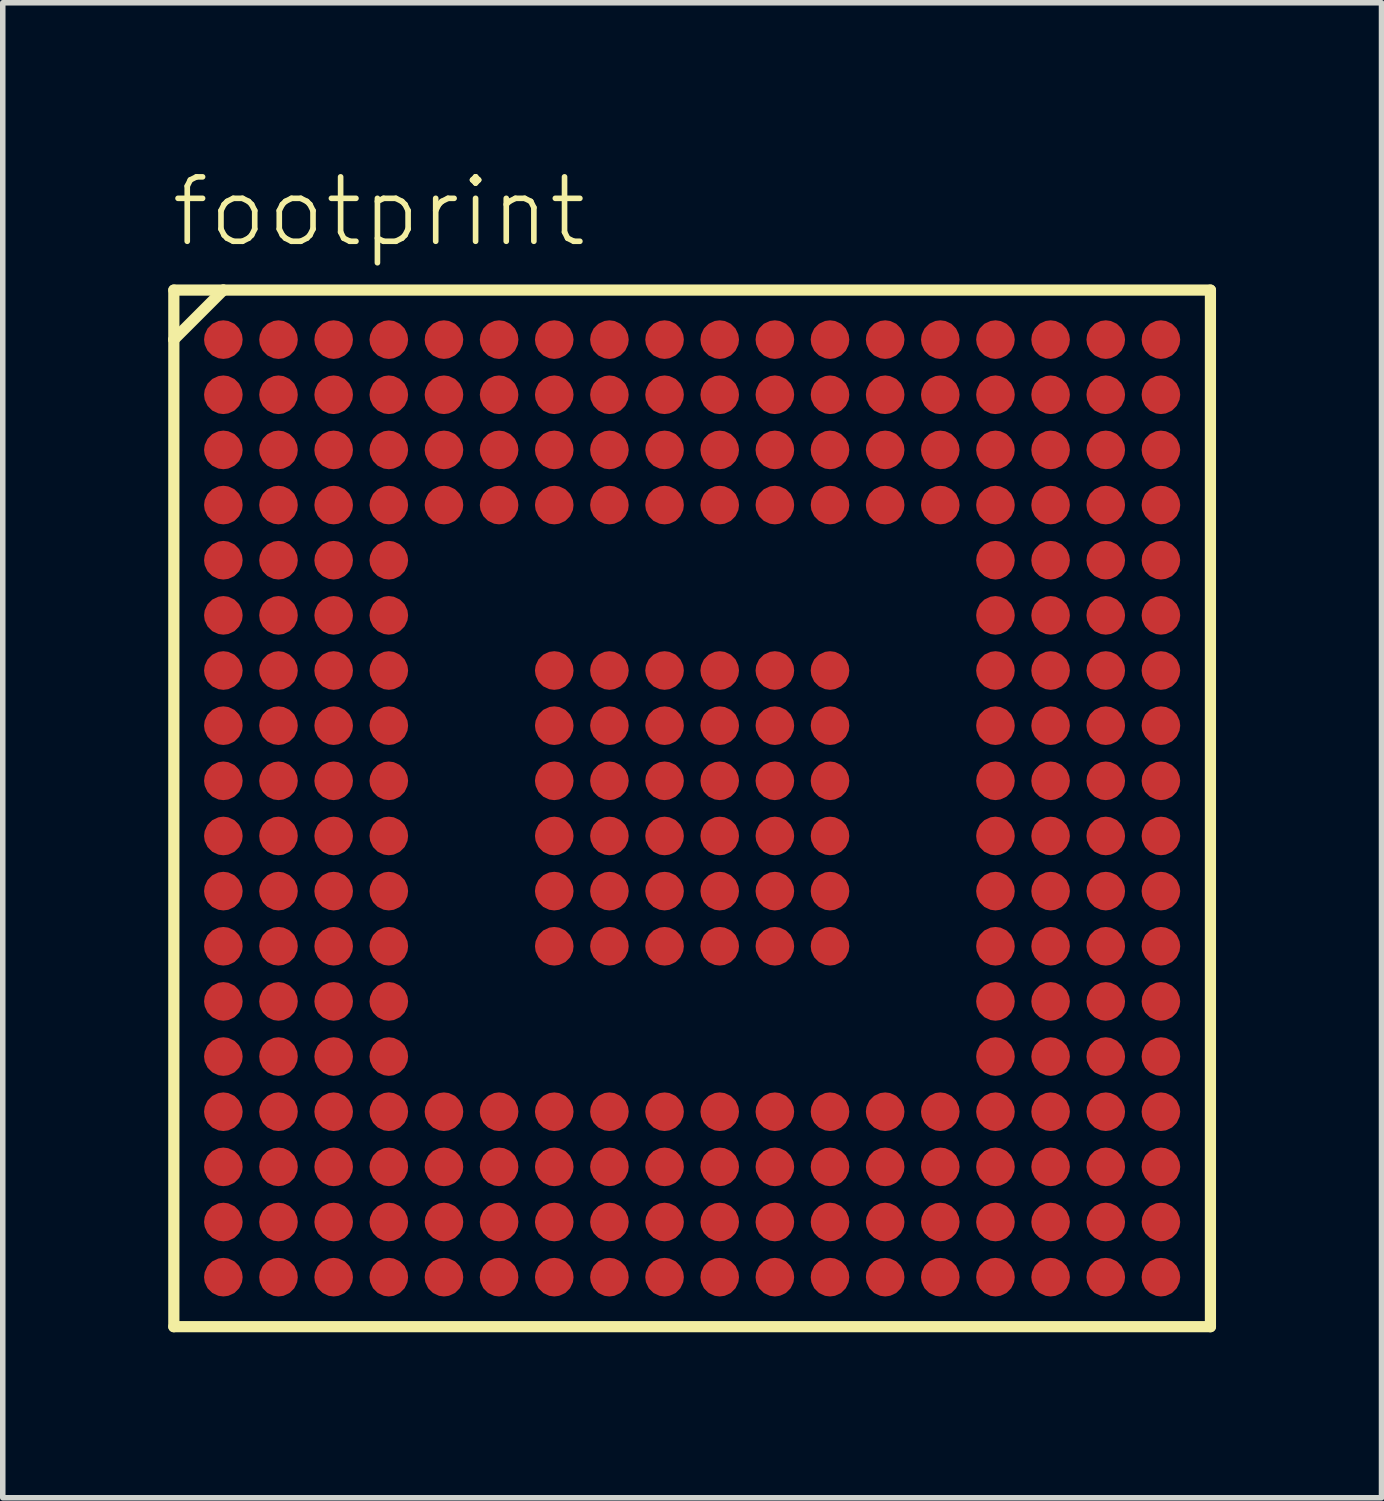
<source format=kicad_pcb>
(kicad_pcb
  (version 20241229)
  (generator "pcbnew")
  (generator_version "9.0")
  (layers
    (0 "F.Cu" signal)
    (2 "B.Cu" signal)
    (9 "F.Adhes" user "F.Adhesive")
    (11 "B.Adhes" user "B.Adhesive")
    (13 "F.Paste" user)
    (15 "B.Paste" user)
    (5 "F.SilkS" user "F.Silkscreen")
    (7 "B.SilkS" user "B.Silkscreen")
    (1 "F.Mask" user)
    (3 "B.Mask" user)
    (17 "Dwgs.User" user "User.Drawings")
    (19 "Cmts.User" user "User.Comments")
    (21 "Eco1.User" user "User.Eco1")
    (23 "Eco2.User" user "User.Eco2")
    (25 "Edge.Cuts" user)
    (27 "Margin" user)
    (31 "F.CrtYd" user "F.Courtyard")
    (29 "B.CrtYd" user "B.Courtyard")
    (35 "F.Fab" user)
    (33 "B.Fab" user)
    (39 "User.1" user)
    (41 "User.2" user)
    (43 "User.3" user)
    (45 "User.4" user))
  (footprint "footprint"
    (layer "F.Cu")
    (at 9.5 11.608)
    (property "Reference" "footprint" (at -9.5 -10.135 0) (layer "F.SilkS") (effects (font (size 1.168 1.168) (thickness 0.102)) (justify left bottom)))
    (fp_circle (center -8.5 -8.5) (end -8.35 -8.5) (stroke (width 0.3) (type solid)) (fill yes) (layer "F.Mask"))
    (fp_circle (center -8.5 -7.5) (end -8.35 -7.5) (stroke (width 0.3) (type solid)) (fill yes) (layer "F.Mask"))
    (fp_circle (center -8.5 -6.5) (end -8.35 -6.5) (stroke (width 0.3) (type solid)) (fill yes) (layer "F.Mask"))
    (fp_circle (center -8.5 -5.5) (end -8.35 -5.5) (stroke (width 0.3) (type solid)) (fill yes) (layer "F.Mask"))
    (fp_circle (center -8.5 -4.5) (end -8.35 -4.5) (stroke (width 0.3) (type solid)) (fill yes) (layer "F.Mask"))
    (fp_circle (center -8.5 -3.5) (end -8.35 -3.5) (stroke (width 0.3) (type solid)) (fill yes) (layer "F.Mask"))
    (fp_circle (center -8.5 -2.5) (end -8.35 -2.5) (stroke (width 0.3) (type solid)) (fill yes) (layer "F.Mask"))
    (fp_circle (center -8.5 -1.5) (end -8.35 -1.5) (stroke (width 0.3) (type solid)) (fill yes) (layer "F.Mask"))
    (fp_circle (center -8.5 -0.5) (end -8.35 -0.5) (stroke (width 0.3) (type solid)) (fill yes) (layer "F.Mask"))
    (fp_circle (center -8.5 0.5) (end -8.35 0.5) (stroke (width 0.3) (type solid)) (fill yes) (layer "F.Mask"))
    (fp_circle (center -8.5 1.5) (end -8.35 1.5) (stroke (width 0.3) (type solid)) (fill yes) (layer "F.Mask"))
    (fp_circle (center -8.5 2.5) (end -8.35 2.5) (stroke (width 0.3) (type solid)) (fill yes) (layer "F.Mask"))
    (fp_circle (center -8.5 3.5) (end -8.35 3.5) (stroke (width 0.3) (type solid)) (fill yes) (layer "F.Mask"))
    (fp_circle (center -8.5 4.5) (end -8.35 4.5) (stroke (width 0.3) (type solid)) (fill yes) (layer "F.Mask"))
    (fp_circle (center -8.5 5.5) (end -8.35 5.5) (stroke (width 0.3) (type solid)) (fill yes) (layer "F.Mask"))
    (fp_circle (center -8.5 6.5) (end -8.35 6.5) (stroke (width 0.3) (type solid)) (fill yes) (layer "F.Mask"))
    (fp_circle (center -8.5 7.5) (end -8.35 7.5) (stroke (width 0.3) (type solid)) (fill yes) (layer "F.Mask"))
    (fp_circle (center -8.5 8.5) (end -8.35 8.5) (stroke (width 0.3) (type solid)) (fill yes) (layer "F.Mask"))
    (fp_circle (center -7.5 -8.5) (end -7.35 -8.5) (stroke (width 0.3) (type solid)) (fill yes) (layer "F.Mask"))
    (fp_circle (center -7.5 -7.5) (end -7.35 -7.5) (stroke (width 0.3) (type solid)) (fill yes) (layer "F.Mask"))
    (fp_circle (center -7.5 -6.5) (end -7.35 -6.5) (stroke (width 0.3) (type solid)) (fill yes) (layer "F.Mask"))
    (fp_circle (center -7.5 -5.5) (end -7.35 -5.5) (stroke (width 0.3) (type solid)) (fill yes) (layer "F.Mask"))
    (fp_circle (center -7.5 -4.5) (end -7.35 -4.5) (stroke (width 0.3) (type solid)) (fill yes) (layer "F.Mask"))
    (fp_circle (center -7.5 -3.5) (end -7.35 -3.5) (stroke (width 0.3) (type solid)) (fill yes) (layer "F.Mask"))
    (fp_circle (center -7.5 -2.5) (end -7.35 -2.5) (stroke (width 0.3) (type solid)) (fill yes) (layer "F.Mask"))
    (fp_circle (center -7.5 -1.5) (end -7.35 -1.5) (stroke (width 0.3) (type solid)) (fill yes) (layer "F.Mask"))
    (fp_circle (center -7.5 -0.5) (end -7.35 -0.5) (stroke (width 0.3) (type solid)) (fill yes) (layer "F.Mask"))
    (fp_circle (center -7.5 0.5) (end -7.35 0.5) (stroke (width 0.3) (type solid)) (fill yes) (layer "F.Mask"))
    (fp_circle (center -7.5 1.5) (end -7.35 1.5) (stroke (width 0.3) (type solid)) (fill yes) (layer "F.Mask"))
    (fp_circle (center -7.5 2.5) (end -7.35 2.5) (stroke (width 0.3) (type solid)) (fill yes) (layer "F.Mask"))
    (fp_circle (center -7.5 3.5) (end -7.35 3.5) (stroke (width 0.3) (type solid)) (fill yes) (layer "F.Mask"))
    (fp_circle (center -7.5 4.5) (end -7.35 4.5) (stroke (width 0.3) (type solid)) (fill yes) (layer "F.Mask"))
    (fp_circle (center -7.5 5.5) (end -7.35 5.5) (stroke (width 0.3) (type solid)) (fill yes) (layer "F.Mask"))
    (fp_circle (center -7.5 6.5) (end -7.35 6.5) (stroke (width 0.3) (type solid)) (fill yes) (layer "F.Mask"))
    (fp_circle (center -7.5 7.5) (end -7.35 7.5) (stroke (width 0.3) (type solid)) (fill yes) (layer "F.Mask"))
    (fp_circle (center -7.5 8.5) (end -7.35 8.5) (stroke (width 0.3) (type solid)) (fill yes) (layer "F.Mask"))
    (fp_circle (center -6.5 -8.5) (end -6.35 -8.5) (stroke (width 0.3) (type solid)) (fill yes) (layer "F.Mask"))
    (fp_circle (center -6.5 -7.5) (end -6.35 -7.5) (stroke (width 0.3) (type solid)) (fill yes) (layer "F.Mask"))
    (fp_circle (center -6.5 -6.5) (end -6.35 -6.5) (stroke (width 0.3) (type solid)) (fill yes) (layer "F.Mask"))
    (fp_circle (center -6.5 -5.5) (end -6.35 -5.5) (stroke (width 0.3) (type solid)) (fill yes) (layer "F.Mask"))
    (fp_circle (center -6.5 -4.5) (end -6.35 -4.5) (stroke (width 0.3) (type solid)) (fill yes) (layer "F.Mask"))
    (fp_circle (center -6.5 -3.5) (end -6.35 -3.5) (stroke (width 0.3) (type solid)) (fill yes) (layer "F.Mask"))
    (fp_circle (center -6.5 -2.5) (end -6.35 -2.5) (stroke (width 0.3) (type solid)) (fill yes) (layer "F.Mask"))
    (fp_circle (center -6.5 -1.5) (end -6.35 -1.5) (stroke (width 0.3) (type solid)) (fill yes) (layer "F.Mask"))
    (fp_circle (center -6.5 -0.5) (end -6.35 -0.5) (stroke (width 0.3) (type solid)) (fill yes) (layer "F.Mask"))
    (fp_circle (center -6.5 0.5) (end -6.35 0.5) (stroke (width 0.3) (type solid)) (fill yes) (layer "F.Mask"))
    (fp_circle (center -6.5 1.5) (end -6.35 1.5) (stroke (width 0.3) (type solid)) (fill yes) (layer "F.Mask"))
    (fp_circle (center -6.5 2.5) (end -6.35 2.5) (stroke (width 0.3) (type solid)) (fill yes) (layer "F.Mask"))
    (fp_circle (center -6.5 3.5) (end -6.35 3.5) (stroke (width 0.3) (type solid)) (fill yes) (layer "F.Mask"))
    (fp_circle (center -6.5 4.5) (end -6.35 4.5) (stroke (width 0.3) (type solid)) (fill yes) (layer "F.Mask"))
    (fp_circle (center -6.5 5.5) (end -6.35 5.5) (stroke (width 0.3) (type solid)) (fill yes) (layer "F.Mask"))
    (fp_circle (center -6.5 6.5) (end -6.35 6.5) (stroke (width 0.3) (type solid)) (fill yes) (layer "F.Mask"))
    (fp_circle (center -6.5 7.5) (end -6.35 7.5) (stroke (width 0.3) (type solid)) (fill yes) (layer "F.Mask"))
    (fp_circle (center -6.5 8.5) (end -6.35 8.5) (stroke (width 0.3) (type solid)) (fill yes) (layer "F.Mask"))
    (fp_circle (center -5.5 -8.5) (end -5.35 -8.5) (stroke (width 0.3) (type solid)) (fill yes) (layer "F.Mask"))
    (fp_circle (center -5.5 -7.5) (end -5.35 -7.5) (stroke (width 0.3) (type solid)) (fill yes) (layer "F.Mask"))
    (fp_circle (center -5.5 -6.5) (end -5.35 -6.5) (stroke (width 0.3) (type solid)) (fill yes) (layer "F.Mask"))
    (fp_circle (center -5.5 -5.5) (end -5.35 -5.5) (stroke (width 0.3) (type solid)) (fill yes) (layer "F.Mask"))
    (fp_circle (center -5.5 -4.5) (end -5.35 -4.5) (stroke (width 0.3) (type solid)) (fill yes) (layer "F.Mask"))
    (fp_circle (center -5.5 -3.5) (end -5.35 -3.5) (stroke (width 0.3) (type solid)) (fill yes) (layer "F.Mask"))
    (fp_circle (center -5.5 -2.5) (end -5.35 -2.5) (stroke (width 0.3) (type solid)) (fill yes) (layer "F.Mask"))
    (fp_circle (center -5.5 -1.5) (end -5.35 -1.5) (stroke (width 0.3) (type solid)) (fill yes) (layer "F.Mask"))
    (fp_circle (center -5.5 -0.5) (end -5.35 -0.5) (stroke (width 0.3) (type solid)) (fill yes) (layer "F.Mask"))
    (fp_circle (center -5.5 0.5) (end -5.35 0.5) (stroke (width 0.3) (type solid)) (fill yes) (layer "F.Mask"))
    (fp_circle (center -5.5 1.5) (end -5.35 1.5) (stroke (width 0.3) (type solid)) (fill yes) (layer "F.Mask"))
    (fp_circle (center -5.5 2.5) (end -5.35 2.5) (stroke (width 0.3) (type solid)) (fill yes) (layer "F.Mask"))
    (fp_circle (center -5.5 3.5) (end -5.35 3.5) (stroke (width 0.3) (type solid)) (fill yes) (layer "F.Mask"))
    (fp_circle (center -5.5 4.5) (end -5.35 4.5) (stroke (width 0.3) (type solid)) (fill yes) (layer "F.Mask"))
    (fp_circle (center -5.5 5.5) (end -5.35 5.5) (stroke (width 0.3) (type solid)) (fill yes) (layer "F.Mask"))
    (fp_circle (center -5.5 6.5) (end -5.35 6.5) (stroke (width 0.3) (type solid)) (fill yes) (layer "F.Mask"))
    (fp_circle (center -5.5 7.5) (end -5.35 7.5) (stroke (width 0.3) (type solid)) (fill yes) (layer "F.Mask"))
    (fp_circle (center -5.5 8.5) (end -5.35 8.5) (stroke (width 0.3) (type solid)) (fill yes) (layer "F.Mask"))
    (fp_circle (center -4.5 -8.5) (end -4.35 -8.5) (stroke (width 0.3) (type solid)) (fill yes) (layer "F.Mask"))
    (fp_circle (center -4.5 -7.5) (end -4.35 -7.5) (stroke (width 0.3) (type solid)) (fill yes) (layer "F.Mask"))
    (fp_circle (center -4.5 -6.5) (end -4.35 -6.5) (stroke (width 0.3) (type solid)) (fill yes) (layer "F.Mask"))
    (fp_circle (center -4.5 -5.5) (end -4.35 -5.5) (stroke (width 0.3) (type solid)) (fill yes) (layer "F.Mask"))
    (fp_circle (center -4.5 5.5) (end -4.35 5.5) (stroke (width 0.3) (type solid)) (fill yes) (layer "F.Mask"))
    (fp_circle (center -4.5 6.5) (end -4.35 6.5) (stroke (width 0.3) (type solid)) (fill yes) (layer "F.Mask"))
    (fp_circle (center -4.5 7.5) (end -4.35 7.5) (stroke (width 0.3) (type solid)) (fill yes) (layer "F.Mask"))
    (fp_circle (center -4.5 8.5) (end -4.35 8.5) (stroke (width 0.3) (type solid)) (fill yes) (layer "F.Mask"))
    (fp_circle (center -3.5 -8.5) (end -3.35 -8.5) (stroke (width 0.3) (type solid)) (fill yes) (layer "F.Mask"))
    (fp_circle (center -3.5 -7.5) (end -3.35 -7.5) (stroke (width 0.3) (type solid)) (fill yes) (layer "F.Mask"))
    (fp_circle (center -3.5 -6.5) (end -3.35 -6.5) (stroke (width 0.3) (type solid)) (fill yes) (layer "F.Mask"))
    (fp_circle (center -3.5 -5.5) (end -3.35 -5.5) (stroke (width 0.3) (type solid)) (fill yes) (layer "F.Mask"))
    (fp_circle (center -3.5 5.5) (end -3.35 5.5) (stroke (width 0.3) (type solid)) (fill yes) (layer "F.Mask"))
    (fp_circle (center -3.5 6.5) (end -3.35 6.5) (stroke (width 0.3) (type solid)) (fill yes) (layer "F.Mask"))
    (fp_circle (center -3.5 7.5) (end -3.35 7.5) (stroke (width 0.3) (type solid)) (fill yes) (layer "F.Mask"))
    (fp_circle (center -3.5 8.5) (end -3.35 8.5) (stroke (width 0.3) (type solid)) (fill yes) (layer "F.Mask"))
    (fp_circle (center -2.5 -8.5) (end -2.35 -8.5) (stroke (width 0.3) (type solid)) (fill yes) (layer "F.Mask"))
    (fp_circle (center -2.5 -7.5) (end -2.35 -7.5) (stroke (width 0.3) (type solid)) (fill yes) (layer "F.Mask"))
    (fp_circle (center -2.5 -6.5) (end -2.35 -6.5) (stroke (width 0.3) (type solid)) (fill yes) (layer "F.Mask"))
    (fp_circle (center -2.5 -5.5) (end -2.35 -5.5) (stroke (width 0.3) (type solid)) (fill yes) (layer "F.Mask"))
    (fp_circle (center -2.5 -2.5) (end -2.35 -2.5) (stroke (width 0.3) (type solid)) (fill yes) (layer "F.Mask"))
    (fp_circle (center -2.5 -1.5) (end -2.35 -1.5) (stroke (width 0.3) (type solid)) (fill yes) (layer "F.Mask"))
    (fp_circle (center -2.5 -0.5) (end -2.35 -0.5) (stroke (width 0.3) (type solid)) (fill yes) (layer "F.Mask"))
    (fp_circle (center -2.5 0.5) (end -2.35 0.5) (stroke (width 0.3) (type solid)) (fill yes) (layer "F.Mask"))
    (fp_circle (center -2.5 1.5) (end -2.35 1.5) (stroke (width 0.3) (type solid)) (fill yes) (layer "F.Mask"))
    (fp_circle (center -2.5 2.5) (end -2.35 2.5) (stroke (width 0.3) (type solid)) (fill yes) (layer "F.Mask"))
    (fp_circle (center -2.5 5.5) (end -2.35 5.5) (stroke (width 0.3) (type solid)) (fill yes) (layer "F.Mask"))
    (fp_circle (center -2.5 6.5) (end -2.35 6.5) (stroke (width 0.3) (type solid)) (fill yes) (layer "F.Mask"))
    (fp_circle (center -2.5 7.5) (end -2.35 7.5) (stroke (width 0.3) (type solid)) (fill yes) (layer "F.Mask"))
    (fp_circle (center -2.5 8.5) (end -2.35 8.5) (stroke (width 0.3) (type solid)) (fill yes) (layer "F.Mask"))
    (fp_circle (center -1.5 -8.5) (end -1.35 -8.5) (stroke (width 0.3) (type solid)) (fill yes) (layer "F.Mask"))
    (fp_circle (center -1.5 -7.5) (end -1.35 -7.5) (stroke (width 0.3) (type solid)) (fill yes) (layer "F.Mask"))
    (fp_circle (center -1.5 -6.5) (end -1.35 -6.5) (stroke (width 0.3) (type solid)) (fill yes) (layer "F.Mask"))
    (fp_circle (center -1.5 -5.5) (end -1.35 -5.5) (stroke (width 0.3) (type solid)) (fill yes) (layer "F.Mask"))
    (fp_circle (center -1.5 -2.5) (end -1.35 -2.5) (stroke (width 0.3) (type solid)) (fill yes) (layer "F.Mask"))
    (fp_circle (center -1.5 -1.5) (end -1.35 -1.5) (stroke (width 0.3) (type solid)) (fill yes) (layer "F.Mask"))
    (fp_circle (center -1.5 -0.5) (end -1.35 -0.5) (stroke (width 0.3) (type solid)) (fill yes) (layer "F.Mask"))
    (fp_circle (center -1.5 0.5) (end -1.35 0.5) (stroke (width 0.3) (type solid)) (fill yes) (layer "F.Mask"))
    (fp_circle (center -1.5 1.5) (end -1.35 1.5) (stroke (width 0.3) (type solid)) (fill yes) (layer "F.Mask"))
    (fp_circle (center -1.5 2.5) (end -1.35 2.5) (stroke (width 0.3) (type solid)) (fill yes) (layer "F.Mask"))
    (fp_circle (center -1.5 5.5) (end -1.35 5.5) (stroke (width 0.3) (type solid)) (fill yes) (layer "F.Mask"))
    (fp_circle (center -1.5 6.5) (end -1.35 6.5) (stroke (width 0.3) (type solid)) (fill yes) (layer "F.Mask"))
    (fp_circle (center -1.5 7.5) (end -1.35 7.5) (stroke (width 0.3) (type solid)) (fill yes) (layer "F.Mask"))
    (fp_circle (center -1.5 8.5) (end -1.35 8.5) (stroke (width 0.3) (type solid)) (fill yes) (layer "F.Mask"))
    (fp_circle (center -0.5 -8.5) (end -0.35 -8.5) (stroke (width 0.3) (type solid)) (fill yes) (layer "F.Mask"))
    (fp_circle (center -0.5 -7.5) (end -0.35 -7.5) (stroke (width 0.3) (type solid)) (fill yes) (layer "F.Mask"))
    (fp_circle (center -0.5 -6.5) (end -0.35 -6.5) (stroke (width 0.3) (type solid)) (fill yes) (layer "F.Mask"))
    (fp_circle (center -0.5 -5.5) (end -0.35 -5.5) (stroke (width 0.3) (type solid)) (fill yes) (layer "F.Mask"))
    (fp_circle (center -0.5 -2.5) (end -0.35 -2.5) (stroke (width 0.3) (type solid)) (fill yes) (layer "F.Mask"))
    (fp_circle (center -0.5 -1.5) (end -0.35 -1.5) (stroke (width 0.3) (type solid)) (fill yes) (layer "F.Mask"))
    (fp_circle (center -0.5 -0.5) (end -0.35 -0.5) (stroke (width 0.3) (type solid)) (fill yes) (layer "F.Mask"))
    (fp_circle (center -0.5 0.5) (end -0.35 0.5) (stroke (width 0.3) (type solid)) (fill yes) (layer "F.Mask"))
    (fp_circle (center -0.5 1.5) (end -0.35 1.5) (stroke (width 0.3) (type solid)) (fill yes) (layer "F.Mask"))
    (fp_circle (center -0.5 2.5) (end -0.35 2.5) (stroke (width 0.3) (type solid)) (fill yes) (layer "F.Mask"))
    (fp_circle (center -0.5 5.5) (end -0.35 5.5) (stroke (width 0.3) (type solid)) (fill yes) (layer "F.Mask"))
    (fp_circle (center -0.5 6.5) (end -0.35 6.5) (stroke (width 0.3) (type solid)) (fill yes) (layer "F.Mask"))
    (fp_circle (center -0.5 7.5) (end -0.35 7.5) (stroke (width 0.3) (type solid)) (fill yes) (layer "F.Mask"))
    (fp_circle (center -0.5 8.5) (end -0.35 8.5) (stroke (width 0.3) (type solid)) (fill yes) (layer "F.Mask"))
    (fp_circle (center 0.5 -8.5) (end 0.65 -8.5) (stroke (width 0.3) (type solid)) (fill yes) (layer "F.Mask"))
    (fp_circle (center 0.5 -7.5) (end 0.65 -7.5) (stroke (width 0.3) (type solid)) (fill yes) (layer "F.Mask"))
    (fp_circle (center 0.5 -6.5) (end 0.65 -6.5) (stroke (width 0.3) (type solid)) (fill yes) (layer "F.Mask"))
    (fp_circle (center 0.5 -5.5) (end 0.65 -5.5) (stroke (width 0.3) (type solid)) (fill yes) (layer "F.Mask"))
    (fp_circle (center 0.5 -2.5) (end 0.65 -2.5) (stroke (width 0.3) (type solid)) (fill yes) (layer "F.Mask"))
    (fp_circle (center 0.5 -1.5) (end 0.65 -1.5) (stroke (width 0.3) (type solid)) (fill yes) (layer "F.Mask"))
    (fp_circle (center 0.5 -0.5) (end 0.65 -0.5) (stroke (width 0.3) (type solid)) (fill yes) (layer "F.Mask"))
    (fp_circle (center 0.5 0.5) (end 0.65 0.5) (stroke (width 0.3) (type solid)) (fill yes) (layer "F.Mask"))
    (fp_circle (center 0.5 1.5) (end 0.65 1.5) (stroke (width 0.3) (type solid)) (fill yes) (layer "F.Mask"))
    (fp_circle (center 0.5 2.5) (end 0.65 2.5) (stroke (width 0.3) (type solid)) (fill yes) (layer "F.Mask"))
    (fp_circle (center 0.5 5.5) (end 0.65 5.5) (stroke (width 0.3) (type solid)) (fill yes) (layer "F.Mask"))
    (fp_circle (center 0.5 6.5) (end 0.65 6.5) (stroke (width 0.3) (type solid)) (fill yes) (layer "F.Mask"))
    (fp_circle (center 0.5 7.5) (end 0.65 7.5) (stroke (width 0.3) (type solid)) (fill yes) (layer "F.Mask"))
    (fp_circle (center 0.5 8.5) (end 0.65 8.5) (stroke (width 0.3) (type solid)) (fill yes) (layer "F.Mask"))
    (fp_circle (center 1.5 -8.5) (end 1.65 -8.5) (stroke (width 0.3) (type solid)) (fill yes) (layer "F.Mask"))
    (fp_circle (center 1.5 -7.5) (end 1.65 -7.5) (stroke (width 0.3) (type solid)) (fill yes) (layer "F.Mask"))
    (fp_circle (center 1.5 -6.5) (end 1.65 -6.5) (stroke (width 0.3) (type solid)) (fill yes) (layer "F.Mask"))
    (fp_circle (center 1.5 -5.5) (end 1.65 -5.5) (stroke (width 0.3) (type solid)) (fill yes) (layer "F.Mask"))
    (fp_circle (center 1.5 -2.5) (end 1.65 -2.5) (stroke (width 0.3) (type solid)) (fill yes) (layer "F.Mask"))
    (fp_circle (center 1.5 -1.5) (end 1.65 -1.5) (stroke (width 0.3) (type solid)) (fill yes) (layer "F.Mask"))
    (fp_circle (center 1.5 -0.5) (end 1.65 -0.5) (stroke (width 0.3) (type solid)) (fill yes) (layer "F.Mask"))
    (fp_circle (center 1.5 0.5) (end 1.65 0.5) (stroke (width 0.3) (type solid)) (fill yes) (layer "F.Mask"))
    (fp_circle (center 1.5 1.5) (end 1.65 1.5) (stroke (width 0.3) (type solid)) (fill yes) (layer "F.Mask"))
    (fp_circle (center 1.5 2.5) (end 1.65 2.5) (stroke (width 0.3) (type solid)) (fill yes) (layer "F.Mask"))
    (fp_circle (center 1.5 5.5) (end 1.65 5.5) (stroke (width 0.3) (type solid)) (fill yes) (layer "F.Mask"))
    (fp_circle (center 1.5 6.5) (end 1.65 6.5) (stroke (width 0.3) (type solid)) (fill yes) (layer "F.Mask"))
    (fp_circle (center 1.5 7.5) (end 1.65 7.5) (stroke (width 0.3) (type solid)) (fill yes) (layer "F.Mask"))
    (fp_circle (center 1.5 8.5) (end 1.65 8.5) (stroke (width 0.3) (type solid)) (fill yes) (layer "F.Mask"))
    (fp_circle (center 2.5 -8.5) (end 2.65 -8.5) (stroke (width 0.3) (type solid)) (fill yes) (layer "F.Mask"))
    (fp_circle (center 2.5 -7.5) (end 2.65 -7.5) (stroke (width 0.3) (type solid)) (fill yes) (layer "F.Mask"))
    (fp_circle (center 2.5 -6.5) (end 2.65 -6.5) (stroke (width 0.3) (type solid)) (fill yes) (layer "F.Mask"))
    (fp_circle (center 2.5 -5.5) (end 2.65 -5.5) (stroke (width 0.3) (type solid)) (fill yes) (layer "F.Mask"))
    (fp_circle (center 2.5 -2.5) (end 2.65 -2.5) (stroke (width 0.3) (type solid)) (fill yes) (layer "F.Mask"))
    (fp_circle (center 2.5 -1.5) (end 2.65 -1.5) (stroke (width 0.3) (type solid)) (fill yes) (layer "F.Mask"))
    (fp_circle (center 2.5 -0.5) (end 2.65 -0.5) (stroke (width 0.3) (type solid)) (fill yes) (layer "F.Mask"))
    (fp_circle (center 2.5 0.5) (end 2.65 0.5) (stroke (width 0.3) (type solid)) (fill yes) (layer "F.Mask"))
    (fp_circle (center 2.5 1.5) (end 2.65 1.5) (stroke (width 0.3) (type solid)) (fill yes) (layer "F.Mask"))
    (fp_circle (center 2.5 2.5) (end 2.65 2.5) (stroke (width 0.3) (type solid)) (fill yes) (layer "F.Mask"))
    (fp_circle (center 2.5 5.5) (end 2.65 5.5) (stroke (width 0.3) (type solid)) (fill yes) (layer "F.Mask"))
    (fp_circle (center 2.5 6.5) (end 2.65 6.5) (stroke (width 0.3) (type solid)) (fill yes) (layer "F.Mask"))
    (fp_circle (center 2.5 7.5) (end 2.65 7.5) (stroke (width 0.3) (type solid)) (fill yes) (layer "F.Mask"))
    (fp_circle (center 2.5 8.5) (end 2.65 8.5) (stroke (width 0.3) (type solid)) (fill yes) (layer "F.Mask"))
    (fp_circle (center 3.5 -8.5) (end 3.65 -8.5) (stroke (width 0.3) (type solid)) (fill yes) (layer "F.Mask"))
    (fp_circle (center 3.5 -7.5) (end 3.65 -7.5) (stroke (width 0.3) (type solid)) (fill yes) (layer "F.Mask"))
    (fp_circle (center 3.5 -6.5) (end 3.65 -6.5) (stroke (width 0.3) (type solid)) (fill yes) (layer "F.Mask"))
    (fp_circle (center 3.5 -5.5) (end 3.65 -5.5) (stroke (width 0.3) (type solid)) (fill yes) (layer "F.Mask"))
    (fp_circle (center 3.5 5.5) (end 3.65 5.5) (stroke (width 0.3) (type solid)) (fill yes) (layer "F.Mask"))
    (fp_circle (center 3.5 6.5) (end 3.65 6.5) (stroke (width 0.3) (type solid)) (fill yes) (layer "F.Mask"))
    (fp_circle (center 3.5 7.5) (end 3.65 7.5) (stroke (width 0.3) (type solid)) (fill yes) (layer "F.Mask"))
    (fp_circle (center 3.5 8.5) (end 3.65 8.5) (stroke (width 0.3) (type solid)) (fill yes) (layer "F.Mask"))
    (fp_circle (center 4.5 -8.5) (end 4.65 -8.5) (stroke (width 0.3) (type solid)) (fill yes) (layer "F.Mask"))
    (fp_circle (center 4.5 -7.5) (end 4.65 -7.5) (stroke (width 0.3) (type solid)) (fill yes) (layer "F.Mask"))
    (fp_circle (center 4.5 -6.5) (end 4.65 -6.5) (stroke (width 0.3) (type solid)) (fill yes) (layer "F.Mask"))
    (fp_circle (center 4.5 -5.5) (end 4.65 -5.5) (stroke (width 0.3) (type solid)) (fill yes) (layer "F.Mask"))
    (fp_circle (center 4.5 5.5) (end 4.65 5.5) (stroke (width 0.3) (type solid)) (fill yes) (layer "F.Mask"))
    (fp_circle (center 4.5 6.5) (end 4.65 6.5) (stroke (width 0.3) (type solid)) (fill yes) (layer "F.Mask"))
    (fp_circle (center 4.5 7.5) (end 4.65 7.5) (stroke (width 0.3) (type solid)) (fill yes) (layer "F.Mask"))
    (fp_circle (center 4.5 8.5) (end 4.65 8.5) (stroke (width 0.3) (type solid)) (fill yes) (layer "F.Mask"))
    (fp_circle (center 5.5 -8.5) (end 5.65 -8.5) (stroke (width 0.3) (type solid)) (fill yes) (layer "F.Mask"))
    (fp_circle (center 5.5 -7.5) (end 5.65 -7.5) (stroke (width 0.3) (type solid)) (fill yes) (layer "F.Mask"))
    (fp_circle (center 5.5 -6.5) (end 5.65 -6.5) (stroke (width 0.3) (type solid)) (fill yes) (layer "F.Mask"))
    (fp_circle (center 5.5 -5.5) (end 5.65 -5.5) (stroke (width 0.3) (type solid)) (fill yes) (layer "F.Mask"))
    (fp_circle (center 5.5 -4.5) (end 5.65 -4.5) (stroke (width 0.3) (type solid)) (fill yes) (layer "F.Mask"))
    (fp_circle (center 5.5 -3.5) (end 5.65 -3.5) (stroke (width 0.3) (type solid)) (fill yes) (layer "F.Mask"))
    (fp_circle (center 5.5 -2.5) (end 5.65 -2.5) (stroke (width 0.3) (type solid)) (fill yes) (layer "F.Mask"))
    (fp_circle (center 5.5 -1.5) (end 5.65 -1.5) (stroke (width 0.3) (type solid)) (fill yes) (layer "F.Mask"))
    (fp_circle (center 5.5 -0.5) (end 5.65 -0.5) (stroke (width 0.3) (type solid)) (fill yes) (layer "F.Mask"))
    (fp_circle (center 5.5 0.5) (end 5.65 0.5) (stroke (width 0.3) (type solid)) (fill yes) (layer "F.Mask"))
    (fp_circle (center 5.5 1.5) (end 5.65 1.5) (stroke (width 0.3) (type solid)) (fill yes) (layer "F.Mask"))
    (fp_circle (center 5.5 2.5) (end 5.65 2.5) (stroke (width 0.3) (type solid)) (fill yes) (layer "F.Mask"))
    (fp_circle (center 5.5 3.5) (end 5.65 3.5) (stroke (width 0.3) (type solid)) (fill yes) (layer "F.Mask"))
    (fp_circle (center 5.5 4.5) (end 5.65 4.5) (stroke (width 0.3) (type solid)) (fill yes) (layer "F.Mask"))
    (fp_circle (center 5.5 5.5) (end 5.65 5.5) (stroke (width 0.3) (type solid)) (fill yes) (layer "F.Mask"))
    (fp_circle (center 5.5 6.5) (end 5.65 6.5) (stroke (width 0.3) (type solid)) (fill yes) (layer "F.Mask"))
    (fp_circle (center 5.5 7.5) (end 5.65 7.5) (stroke (width 0.3) (type solid)) (fill yes) (layer "F.Mask"))
    (fp_circle (center 5.5 8.5) (end 5.65 8.5) (stroke (width 0.3) (type solid)) (fill yes) (layer "F.Mask"))
    (fp_circle (center 6.5 -8.5) (end 6.65 -8.5) (stroke (width 0.3) (type solid)) (fill yes) (layer "F.Mask"))
    (fp_circle (center 6.5 -7.5) (end 6.65 -7.5) (stroke (width 0.3) (type solid)) (fill yes) (layer "F.Mask"))
    (fp_circle (center 6.5 -6.5) (end 6.65 -6.5) (stroke (width 0.3) (type solid)) (fill yes) (layer "F.Mask"))
    (fp_circle (center 6.5 -5.5) (end 6.65 -5.5) (stroke (width 0.3) (type solid)) (fill yes) (layer "F.Mask"))
    (fp_circle (center 6.5 -4.5) (end 6.65 -4.5) (stroke (width 0.3) (type solid)) (fill yes) (layer "F.Mask"))
    (fp_circle (center 6.5 -3.5) (end 6.65 -3.5) (stroke (width 0.3) (type solid)) (fill yes) (layer "F.Mask"))
    (fp_circle (center 6.5 -2.5) (end 6.65 -2.5) (stroke (width 0.3) (type solid)) (fill yes) (layer "F.Mask"))
    (fp_circle (center 6.5 -1.5) (end 6.65 -1.5) (stroke (width 0.3) (type solid)) (fill yes) (layer "F.Mask"))
    (fp_circle (center 6.5 -0.5) (end 6.65 -0.5) (stroke (width 0.3) (type solid)) (fill yes) (layer "F.Mask"))
    (fp_circle (center 6.5 0.5) (end 6.65 0.5) (stroke (width 0.3) (type solid)) (fill yes) (layer "F.Mask"))
    (fp_circle (center 6.5 1.5) (end 6.65 1.5) (stroke (width 0.3) (type solid)) (fill yes) (layer "F.Mask"))
    (fp_circle (center 6.5 2.5) (end 6.65 2.5) (stroke (width 0.3) (type solid)) (fill yes) (layer "F.Mask"))
    (fp_circle (center 6.5 3.5) (end 6.65 3.5) (stroke (width 0.3) (type solid)) (fill yes) (layer "F.Mask"))
    (fp_circle (center 6.5 4.5) (end 6.65 4.5) (stroke (width 0.3) (type solid)) (fill yes) (layer "F.Mask"))
    (fp_circle (center 6.5 5.5) (end 6.65 5.5) (stroke (width 0.3) (type solid)) (fill yes) (layer "F.Mask"))
    (fp_circle (center 6.5 6.5) (end 6.65 6.5) (stroke (width 0.3) (type solid)) (fill yes) (layer "F.Mask"))
    (fp_circle (center 6.5 7.5) (end 6.65 7.5) (stroke (width 0.3) (type solid)) (fill yes) (layer "F.Mask"))
    (fp_circle (center 6.5 8.5) (end 6.65 8.5) (stroke (width 0.3) (type solid)) (fill yes) (layer "F.Mask"))
    (fp_circle (center 7.5 -8.5) (end 7.65 -8.5) (stroke (width 0.3) (type solid)) (fill yes) (layer "F.Mask"))
    (fp_circle (center 7.5 -7.5) (end 7.65 -7.5) (stroke (width 0.3) (type solid)) (fill yes) (layer "F.Mask"))
    (fp_circle (center 7.5 -6.5) (end 7.65 -6.5) (stroke (width 0.3) (type solid)) (fill yes) (layer "F.Mask"))
    (fp_circle (center 7.5 -5.5) (end 7.65 -5.5) (stroke (width 0.3) (type solid)) (fill yes) (layer "F.Mask"))
    (fp_circle (center 7.5 -4.5) (end 7.65 -4.5) (stroke (width 0.3) (type solid)) (fill yes) (layer "F.Mask"))
    (fp_circle (center 7.5 -3.5) (end 7.65 -3.5) (stroke (width 0.3) (type solid)) (fill yes) (layer "F.Mask"))
    (fp_circle (center 7.5 -2.5) (end 7.65 -2.5) (stroke (width 0.3) (type solid)) (fill yes) (layer "F.Mask"))
    (fp_circle (center 7.5 -1.5) (end 7.65 -1.5) (stroke (width 0.3) (type solid)) (fill yes) (layer "F.Mask"))
    (fp_circle (center 7.5 -0.5) (end 7.65 -0.5) (stroke (width 0.3) (type solid)) (fill yes) (layer "F.Mask"))
    (fp_circle (center 7.5 0.5) (end 7.65 0.5) (stroke (width 0.3) (type solid)) (fill yes) (layer "F.Mask"))
    (fp_circle (center 7.5 1.5) (end 7.65 1.5) (stroke (width 0.3) (type solid)) (fill yes) (layer "F.Mask"))
    (fp_circle (center 7.5 2.5) (end 7.65 2.5) (stroke (width 0.3) (type solid)) (fill yes) (layer "F.Mask"))
    (fp_circle (center 7.5 3.5) (end 7.65 3.5) (stroke (width 0.3) (type solid)) (fill yes) (layer "F.Mask"))
    (fp_circle (center 7.5 4.5) (end 7.65 4.5) (stroke (width 0.3) (type solid)) (fill yes) (layer "F.Mask"))
    (fp_circle (center 7.5 5.5) (end 7.65 5.5) (stroke (width 0.3) (type solid)) (fill yes) (layer "F.Mask"))
    (fp_circle (center 7.5 6.5) (end 7.65 6.5) (stroke (width 0.3) (type solid)) (fill yes) (layer "F.Mask"))
    (fp_circle (center 7.5 7.5) (end 7.65 7.5) (stroke (width 0.3) (type solid)) (fill yes) (layer "F.Mask"))
    (fp_circle (center 7.5 8.5) (end 7.65 8.5) (stroke (width 0.3) (type solid)) (fill yes) (layer "F.Mask"))
    (fp_circle (center 8.5 -8.5) (end 8.65 -8.5) (stroke (width 0.3) (type solid)) (fill yes) (layer "F.Mask"))
    (fp_circle (center 8.5 -7.5) (end 8.65 -7.5) (stroke (width 0.3) (type solid)) (fill yes) (layer "F.Mask"))
    (fp_circle (center 8.5 -6.5) (end 8.65 -6.5) (stroke (width 0.3) (type solid)) (fill yes) (layer "F.Mask"))
    (fp_circle (center 8.5 -5.5) (end 8.65 -5.5) (stroke (width 0.3) (type solid)) (fill yes) (layer "F.Mask"))
    (fp_circle (center 8.5 -4.5) (end 8.65 -4.5) (stroke (width 0.3) (type solid)) (fill yes) (layer "F.Mask"))
    (fp_circle (center 8.5 -3.5) (end 8.65 -3.5) (stroke (width 0.3) (type solid)) (fill yes) (layer "F.Mask"))
    (fp_circle (center 8.5 -2.5) (end 8.65 -2.5) (stroke (width 0.3) (type solid)) (fill yes) (layer "F.Mask"))
    (fp_circle (center 8.5 -1.5) (end 8.65 -1.5) (stroke (width 0.3) (type solid)) (fill yes) (layer "F.Mask"))
    (fp_circle (center 8.5 -0.5) (end 8.65 -0.5) (stroke (width 0.3) (type solid)) (fill yes) (layer "F.Mask"))
    (fp_circle (center 8.5 0.5) (end 8.65 0.5) (stroke (width 0.3) (type solid)) (fill yes) (layer "F.Mask"))
    (fp_circle (center 8.5 1.5) (end 8.65 1.5) (stroke (width 0.3) (type solid)) (fill yes) (layer "F.Mask"))
    (fp_circle (center 8.5 2.5) (end 8.65 2.5) (stroke (width 0.3) (type solid)) (fill yes) (layer "F.Mask"))
    (fp_circle (center 8.5 3.5) (end 8.65 3.5) (stroke (width 0.3) (type solid)) (fill yes) (layer "F.Mask"))
    (fp_circle (center 8.5 4.5) (end 8.65 4.5) (stroke (width 0.3) (type solid)) (fill yes) (layer "F.Mask"))
    (fp_circle (center 8.5 5.5) (end 8.65 5.5) (stroke (width 0.3) (type solid)) (fill yes) (layer "F.Mask"))
    (fp_circle (center 8.5 6.5) (end 8.65 6.5) (stroke (width 0.3) (type solid)) (fill yes) (layer "F.Mask"))
    (fp_circle (center 8.5 7.5) (end 8.65 7.5) (stroke (width 0.3) (type solid)) (fill yes) (layer "F.Mask"))
    (fp_circle (center 8.5 8.5) (end 8.65 8.5) (stroke (width 0.3) (type solid)) (fill yes) (layer "F.Mask"))
    (fp_line (start -9.398 -9.398) (end -9.398 -8.5) (stroke (width 0.203) (type solid)) (layer "F.SilkS"))
    (fp_line (start -9.398 -8.5) (end -9.398 9.398) (stroke (width 0.203) (type solid)) (layer "F.SilkS"))
    (fp_line (start -9.398 -8.5) (end -8.5 -9.398) (stroke (width 0.203) (type solid)) (layer "F.SilkS"))
    (fp_line (start -9.398 9.398) (end 9.398 9.398) (stroke (width 0.203) (type solid)) (layer "F.SilkS"))
    (fp_line (start -8.5 -9.398) (end -9.398 -9.398) (stroke (width 0.203) (type solid)) (layer "F.SilkS"))
    (fp_line (start 9.398 -9.398) (end -8.5 -9.398) (stroke (width 0.203) (type solid)) (layer "F.SilkS"))
    (fp_line (start 9.398 9.398) (end 9.398 -9.398) (stroke (width 0.203) (type solid)) (layer "F.SilkS"))
    (pad "A1" smd roundrect (at -8.5 -8.5) (size 0.7 0.7) (layers "F.Cu") (roundrect_rratio 0.5))
    (pad "A2" smd roundrect (at -7.5 -8.5) (size 0.7 0.7) (layers "F.Cu") (roundrect_rratio 0.5))
    (pad "A3" smd roundrect (at -6.5 -8.5) (size 0.7 0.7) (layers "F.Cu") (roundrect_rratio 0.5))
    (pad "A4" smd roundrect (at -5.5 -8.5) (size 0.7 0.7) (layers "F.Cu") (roundrect_rratio 0.5))
    (pad "A5" smd roundrect (at -4.5 -8.5) (size 0.7 0.7) (layers "F.Cu") (roundrect_rratio 0.5))
    (pad "A6" smd roundrect (at -3.5 -8.5) (size 0.7 0.7) (layers "F.Cu") (roundrect_rratio 0.5))
    (pad "A7" smd roundrect (at -2.5 -8.5) (size 0.7 0.7) (layers "F.Cu") (roundrect_rratio 0.5))
    (pad "A8" smd roundrect (at -1.5 -8.5) (size 0.7 0.7) (layers "F.Cu") (roundrect_rratio 0.5))
    (pad "A9" smd roundrect (at -0.5 -8.5) (size 0.7 0.7) (layers "F.Cu") (roundrect_rratio 0.5))
    (pad "A10" smd roundrect (at 0.5 -8.5) (size 0.7 0.7) (layers "F.Cu") (roundrect_rratio 0.5))
    (pad "A11" smd roundrect (at 1.5 -8.5) (size 0.7 0.7) (layers "F.Cu") (roundrect_rratio 0.5))
    (pad "A12" smd roundrect (at 2.5 -8.5) (size 0.7 0.7) (layers "F.Cu") (roundrect_rratio 0.5))
    (pad "A13" smd roundrect (at 3.5 -8.5) (size 0.7 0.7) (layers "F.Cu") (roundrect_rratio 0.5))
    (pad "A14" smd roundrect (at 4.5 -8.5) (size 0.7 0.7) (layers "F.Cu") (roundrect_rratio 0.5))
    (pad "A15" smd roundrect (at 5.5 -8.5) (size 0.7 0.7) (layers "F.Cu") (roundrect_rratio 0.5))
    (pad "A16" smd roundrect (at 6.5 -8.5) (size 0.7 0.7) (layers "F.Cu") (roundrect_rratio 0.5))
    (pad "A17" smd roundrect (at 7.5 -8.5) (size 0.7 0.7) (layers "F.Cu") (roundrect_rratio 0.5))
    (pad "A18" smd roundrect (at 8.5 -8.5) (size 0.7 0.7) (layers "F.Cu") (roundrect_rratio 0.5))
    (pad "B1" smd roundrect (at -8.5 -7.5) (size 0.7 0.7) (layers "F.Cu") (roundrect_rratio 0.5))
    (pad "B2" smd roundrect (at -7.5 -7.5) (size 0.7 0.7) (layers "F.Cu") (roundrect_rratio 0.5))
    (pad "B3" smd roundrect (at -6.5 -7.5) (size 0.7 0.7) (layers "F.Cu") (roundrect_rratio 0.5))
    (pad "B4" smd roundrect (at -5.5 -7.5) (size 0.7 0.7) (layers "F.Cu") (roundrect_rratio 0.5))
    (pad "B5" smd roundrect (at -4.5 -7.5) (size 0.7 0.7) (layers "F.Cu") (roundrect_rratio 0.5))
    (pad "B6" smd roundrect (at -3.5 -7.5) (size 0.7 0.7) (layers "F.Cu") (roundrect_rratio 0.5))
    (pad "B7" smd roundrect (at -2.5 -7.5) (size 0.7 0.7) (layers "F.Cu") (roundrect_rratio 0.5))
    (pad "B8" smd roundrect (at -1.5 -7.5) (size 0.7 0.7) (layers "F.Cu") (roundrect_rratio 0.5))
    (pad "B9" smd roundrect (at -0.5 -7.5) (size 0.7 0.7) (layers "F.Cu") (roundrect_rratio 0.5))
    (pad "B10" smd roundrect (at 0.5 -7.5) (size 0.7 0.7) (layers "F.Cu") (roundrect_rratio 0.5))
    (pad "B11" smd roundrect (at 1.5 -7.5) (size 0.7 0.7) (layers "F.Cu") (roundrect_rratio 0.5))
    (pad "B12" smd roundrect (at 2.5 -7.5) (size 0.7 0.7) (layers "F.Cu") (roundrect_rratio 0.5))
    (pad "B13" smd roundrect (at 3.5 -7.5) (size 0.7 0.7) (layers "F.Cu") (roundrect_rratio 0.5))
    (pad "B14" smd roundrect (at 4.5 -7.5) (size 0.7 0.7) (layers "F.Cu") (roundrect_rratio 0.5))
    (pad "B15" smd roundrect (at 5.5 -7.5) (size 0.7 0.7) (layers "F.Cu") (roundrect_rratio 0.5))
    (pad "B16" smd roundrect (at 6.5 -7.5) (size 0.7 0.7) (layers "F.Cu") (roundrect_rratio 0.5))
    (pad "B17" smd roundrect (at 7.5 -7.5) (size 0.7 0.7) (layers "F.Cu") (roundrect_rratio 0.5))
    (pad "B18" smd roundrect (at 8.5 -7.5) (size 0.7 0.7) (layers "F.Cu") (roundrect_rratio 0.5))
    (pad "C1" smd roundrect (at -8.5 -6.5) (size 0.7 0.7) (layers "F.Cu") (roundrect_rratio 0.5))
    (pad "C2" smd roundrect (at -7.5 -6.5) (size 0.7 0.7) (layers "F.Cu") (roundrect_rratio 0.5))
    (pad "C3" smd roundrect (at -6.5 -6.5) (size 0.7 0.7) (layers "F.Cu") (roundrect_rratio 0.5))
    (pad "C4" smd roundrect (at -5.5 -6.5) (size 0.7 0.7) (layers "F.Cu") (roundrect_rratio 0.5))
    (pad "C5" smd roundrect (at -4.5 -6.5) (size 0.7 0.7) (layers "F.Cu") (roundrect_rratio 0.5))
    (pad "C6" smd roundrect (at -3.5 -6.5) (size 0.7 0.7) (layers "F.Cu") (roundrect_rratio 0.5))
    (pad "C7" smd roundrect (at -2.5 -6.5) (size 0.7 0.7) (layers "F.Cu") (roundrect_rratio 0.5))
    (pad "C8" smd roundrect (at -1.5 -6.5) (size 0.7 0.7) (layers "F.Cu") (roundrect_rratio 0.5))
    (pad "C9" smd roundrect (at -0.5 -6.5) (size 0.7 0.7) (layers "F.Cu") (roundrect_rratio 0.5))
    (pad "C10" smd roundrect (at 0.5 -6.5) (size 0.7 0.7) (layers "F.Cu") (roundrect_rratio 0.5))
    (pad "C11" smd roundrect (at 1.5 -6.5) (size 0.7 0.7) (layers "F.Cu") (roundrect_rratio 0.5))
    (pad "C12" smd roundrect (at 2.5 -6.5) (size 0.7 0.7) (layers "F.Cu") (roundrect_rratio 0.5))
    (pad "C13" smd roundrect (at 3.5 -6.5) (size 0.7 0.7) (layers "F.Cu") (roundrect_rratio 0.5))
    (pad "C14" smd roundrect (at 4.5 -6.5) (size 0.7 0.7) (layers "F.Cu") (roundrect_rratio 0.5))
    (pad "C15" smd roundrect (at 5.5 -6.5) (size 0.7 0.7) (layers "F.Cu") (roundrect_rratio 0.5))
    (pad "C16" smd roundrect (at 6.5 -6.5) (size 0.7 0.7) (layers "F.Cu") (roundrect_rratio 0.5))
    (pad "C17" smd roundrect (at 7.5 -6.5) (size 0.7 0.7) (layers "F.Cu") (roundrect_rratio 0.5))
    (pad "C18" smd roundrect (at 8.5 -6.5) (size 0.7 0.7) (layers "F.Cu") (roundrect_rratio 0.5))
    (pad "D1" smd roundrect (at -8.5 -5.5) (size 0.7 0.7) (layers "F.Cu") (roundrect_rratio 0.5))
    (pad "D2" smd roundrect (at -7.5 -5.5) (size 0.7 0.7) (layers "F.Cu") (roundrect_rratio 0.5))
    (pad "D3" smd roundrect (at -6.5 -5.5) (size 0.7 0.7) (layers "F.Cu") (roundrect_rratio 0.5))
    (pad "D4" smd roundrect (at -5.5 -5.5) (size 0.7 0.7) (layers "F.Cu") (roundrect_rratio 0.5))
    (pad "D5" smd roundrect (at -4.5 -5.5) (size 0.7 0.7) (layers "F.Cu") (roundrect_rratio 0.5))
    (pad "D6" smd roundrect (at -3.5 -5.5) (size 0.7 0.7) (layers "F.Cu") (roundrect_rratio 0.5))
    (pad "D7" smd roundrect (at -2.5 -5.5) (size 0.7 0.7) (layers "F.Cu") (roundrect_rratio 0.5))
    (pad "D8" smd roundrect (at -1.5 -5.5) (size 0.7 0.7) (layers "F.Cu") (roundrect_rratio 0.5))
    (pad "D9" smd roundrect (at -0.5 -5.5) (size 0.7 0.7) (layers "F.Cu") (roundrect_rratio 0.5))
    (pad "D10" smd roundrect (at 0.5 -5.5) (size 0.7 0.7) (layers "F.Cu") (roundrect_rratio 0.5))
    (pad "D11" smd roundrect (at 1.5 -5.5) (size 0.7 0.7) (layers "F.Cu") (roundrect_rratio 0.5))
    (pad "D12" smd roundrect (at 2.5 -5.5) (size 0.7 0.7) (layers "F.Cu") (roundrect_rratio 0.5))
    (pad "D13" smd roundrect (at 3.5 -5.5) (size 0.7 0.7) (layers "F.Cu") (roundrect_rratio 0.5))
    (pad "D14" smd roundrect (at 4.5 -5.5) (size 0.7 0.7) (layers "F.Cu") (roundrect_rratio 0.5))
    (pad "D15" smd roundrect (at 5.5 -5.5) (size 0.7 0.7) (layers "F.Cu") (roundrect_rratio 0.5))
    (pad "D16" smd roundrect (at 6.5 -5.5) (size 0.7 0.7) (layers "F.Cu") (roundrect_rratio 0.5))
    (pad "D17" smd roundrect (at 7.5 -5.5) (size 0.7 0.7) (layers "F.Cu") (roundrect_rratio 0.5))
    (pad "D18" smd roundrect (at 8.5 -5.5) (size 0.7 0.7) (layers "F.Cu") (roundrect_rratio 0.5))
    (pad "E1" smd roundrect (at -8.5 -4.5) (size 0.7 0.7) (layers "F.Cu") (roundrect_rratio 0.5))
    (pad "E2" smd roundrect (at -7.5 -4.5) (size 0.7 0.7) (layers "F.Cu") (roundrect_rratio 0.5))
    (pad "E3" smd roundrect (at -6.5 -4.5) (size 0.7 0.7) (layers "F.Cu") (roundrect_rratio 0.5))
    (pad "E4" smd roundrect (at -5.5 -4.5) (size 0.7 0.7) (layers "F.Cu") (roundrect_rratio 0.5))
    (pad "E15" smd roundrect (at 5.5 -4.5) (size 0.7 0.7) (layers "F.Cu") (roundrect_rratio 0.5))
    (pad "E16" smd roundrect (at 6.5 -4.5) (size 0.7 0.7) (layers "F.Cu") (roundrect_rratio 0.5))
    (pad "E17" smd roundrect (at 7.5 -4.5) (size 0.7 0.7) (layers "F.Cu") (roundrect_rratio 0.5))
    (pad "E18" smd roundrect (at 8.5 -4.5) (size 0.7 0.7) (layers "F.Cu") (roundrect_rratio 0.5))
    (pad "F1" smd roundrect (at -8.5 -3.5) (size 0.7 0.7) (layers "F.Cu") (roundrect_rratio 0.5))
    (pad "F2" smd roundrect (at -7.5 -3.5) (size 0.7 0.7) (layers "F.Cu") (roundrect_rratio 0.5))
    (pad "F3" smd roundrect (at -6.5 -3.5) (size 0.7 0.7) (layers "F.Cu") (roundrect_rratio 0.5))
    (pad "F4" smd roundrect (at -5.5 -3.5) (size 0.7 0.7) (layers "F.Cu") (roundrect_rratio 0.5))
    (pad "F15" smd roundrect (at 5.5 -3.5) (size 0.7 0.7) (layers "F.Cu") (roundrect_rratio 0.5))
    (pad "F16" smd roundrect (at 6.5 -3.5) (size 0.7 0.7) (layers "F.Cu") (roundrect_rratio 0.5))
    (pad "F17" smd roundrect (at 7.5 -3.5) (size 0.7 0.7) (layers "F.Cu") (roundrect_rratio 0.5))
    (pad "F18" smd roundrect (at 8.5 -3.5) (size 0.7 0.7) (layers "F.Cu") (roundrect_rratio 0.5))
    (pad "G1" smd roundrect (at -8.5 -2.5) (size 0.7 0.7) (layers "F.Cu") (roundrect_rratio 0.5))
    (pad "G2" smd roundrect (at -7.5 -2.5) (size 0.7 0.7) (layers "F.Cu") (roundrect_rratio 0.5))
    (pad "G3" smd roundrect (at -6.5 -2.5) (size 0.7 0.7) (layers "F.Cu") (roundrect_rratio 0.5))
    (pad "G4" smd roundrect (at -5.5 -2.5) (size 0.7 0.7) (layers "F.Cu") (roundrect_rratio 0.5))
    (pad "G7" smd roundrect (at -2.5 -2.5) (size 0.7 0.7) (layers "F.Cu") (roundrect_rratio 0.5))
    (pad "G8" smd roundrect (at -1.5 -2.5) (size 0.7 0.7) (layers "F.Cu") (roundrect_rratio 0.5))
    (pad "G9" smd roundrect (at -0.5 -2.5) (size 0.7 0.7) (layers "F.Cu") (roundrect_rratio 0.5))
    (pad "G10" smd roundrect (at 0.5 -2.5) (size 0.7 0.7) (layers "F.Cu") (roundrect_rratio 0.5))
    (pad "G11" smd roundrect (at 1.5 -2.5) (size 0.7 0.7) (layers "F.Cu") (roundrect_rratio 0.5))
    (pad "G12" smd roundrect (at 2.5 -2.5) (size 0.7 0.7) (layers "F.Cu") (roundrect_rratio 0.5))
    (pad "G15" smd roundrect (at 5.5 -2.5) (size 0.7 0.7) (layers "F.Cu") (roundrect_rratio 0.5))
    (pad "G16" smd roundrect (at 6.5 -2.5) (size 0.7 0.7) (layers "F.Cu") (roundrect_rratio 0.5))
    (pad "G17" smd roundrect (at 7.5 -2.5) (size 0.7 0.7) (layers "F.Cu") (roundrect_rratio 0.5))
    (pad "G18" smd roundrect (at 8.5 -2.5) (size 0.7 0.7) (layers "F.Cu") (roundrect_rratio 0.5))
    (pad "H1" smd roundrect (at -8.5 -1.5) (size 0.7 0.7) (layers "F.Cu") (roundrect_rratio 0.5))
    (pad "H2" smd roundrect (at -7.5 -1.5) (size 0.7 0.7) (layers "F.Cu") (roundrect_rratio 0.5))
    (pad "H3" smd roundrect (at -6.5 -1.5) (size 0.7 0.7) (layers "F.Cu") (roundrect_rratio 0.5))
    (pad "H4" smd roundrect (at -5.5 -1.5) (size 0.7 0.7) (layers "F.Cu") (roundrect_rratio 0.5))
    (pad "H7" smd roundrect (at -2.5 -1.5) (size 0.7 0.7) (layers "F.Cu") (roundrect_rratio 0.5))
    (pad "H8" smd roundrect (at -1.5 -1.5) (size 0.7 0.7) (layers "F.Cu") (roundrect_rratio 0.5))
    (pad "H9" smd roundrect (at -0.5 -1.5) (size 0.7 0.7) (layers "F.Cu") (roundrect_rratio 0.5))
    (pad "H10" smd roundrect (at 0.5 -1.5) (size 0.7 0.7) (layers "F.Cu") (roundrect_rratio 0.5))
    (pad "H11" smd roundrect (at 1.5 -1.5) (size 0.7 0.7) (layers "F.Cu") (roundrect_rratio 0.5))
    (pad "H12" smd roundrect (at 2.5 -1.5) (size 0.7 0.7) (layers "F.Cu") (roundrect_rratio 0.5))
    (pad "H15" smd roundrect (at 5.5 -1.5) (size 0.7 0.7) (layers "F.Cu") (roundrect_rratio 0.5))
    (pad "H16" smd roundrect (at 6.5 -1.5) (size 0.7 0.7) (layers "F.Cu") (roundrect_rratio 0.5))
    (pad "H17" smd roundrect (at 7.5 -1.5) (size 0.7 0.7) (layers "F.Cu") (roundrect_rratio 0.5))
    (pad "H18" smd roundrect (at 8.5 -1.5) (size 0.7 0.7) (layers "F.Cu") (roundrect_rratio 0.5))
    (pad "J1" smd roundrect (at -8.5 -0.5) (size 0.7 0.7) (layers "F.Cu") (roundrect_rratio 0.5))
    (pad "J2" smd roundrect (at -7.5 -0.5) (size 0.7 0.7) (layers "F.Cu") (roundrect_rratio 0.5))
    (pad "J3" smd roundrect (at -6.5 -0.5) (size 0.7 0.7) (layers "F.Cu") (roundrect_rratio 0.5))
    (pad "J4" smd roundrect (at -5.5 -0.5) (size 0.7 0.7) (layers "F.Cu") (roundrect_rratio 0.5))
    (pad "J7" smd roundrect (at -2.5 -0.5) (size 0.7 0.7) (layers "F.Cu") (roundrect_rratio 0.5))
    (pad "J8" smd roundrect (at -1.5 -0.5) (size 0.7 0.7) (layers "F.Cu") (roundrect_rratio 0.5))
    (pad "J9" smd roundrect (at -0.5 -0.5) (size 0.7 0.7) (layers "F.Cu") (roundrect_rratio 0.5))
    (pad "J10" smd roundrect (at 0.5 -0.5) (size 0.7 0.7) (layers "F.Cu") (roundrect_rratio 0.5))
    (pad "J11" smd roundrect (at 1.5 -0.5) (size 0.7 0.7) (layers "F.Cu") (roundrect_rratio 0.5))
    (pad "J12" smd roundrect (at 2.5 -0.5) (size 0.7 0.7) (layers "F.Cu") (roundrect_rratio 0.5))
    (pad "J15" smd roundrect (at 5.5 -0.5) (size 0.7 0.7) (layers "F.Cu") (roundrect_rratio 0.5))
    (pad "J16" smd roundrect (at 6.5 -0.5) (size 0.7 0.7) (layers "F.Cu") (roundrect_rratio 0.5))
    (pad "J17" smd roundrect (at 7.5 -0.5) (size 0.7 0.7) (layers "F.Cu") (roundrect_rratio 0.5))
    (pad "J18" smd roundrect (at 8.5 -0.5) (size 0.7 0.7) (layers "F.Cu") (roundrect_rratio 0.5))
    (pad "K1" smd roundrect (at -8.5 0.5) (size 0.7 0.7) (layers "F.Cu") (roundrect_rratio 0.5))
    (pad "K2" smd roundrect (at -7.5 0.5) (size 0.7 0.7) (layers "F.Cu") (roundrect_rratio 0.5))
    (pad "K3" smd roundrect (at -6.5 0.5) (size 0.7 0.7) (layers "F.Cu") (roundrect_rratio 0.5))
    (pad "K4" smd roundrect (at -5.5 0.5) (size 0.7 0.7) (layers "F.Cu") (roundrect_rratio 0.5))
    (pad "K7" smd roundrect (at -2.5 0.5) (size 0.7 0.7) (layers "F.Cu") (roundrect_rratio 0.5))
    (pad "K8" smd roundrect (at -1.5 0.5) (size 0.7 0.7) (layers "F.Cu") (roundrect_rratio 0.5))
    (pad "K9" smd roundrect (at -0.5 0.5) (size 0.7 0.7) (layers "F.Cu") (roundrect_rratio 0.5))
    (pad "K10" smd roundrect (at 0.5 0.5) (size 0.7 0.7) (layers "F.Cu") (roundrect_rratio 0.5))
    (pad "K11" smd roundrect (at 1.5 0.5) (size 0.7 0.7) (layers "F.Cu") (roundrect_rratio 0.5))
    (pad "K12" smd roundrect (at 2.5 0.5) (size 0.7 0.7) (layers "F.Cu") (roundrect_rratio 0.5))
    (pad "K15" smd roundrect (at 5.5 0.5) (size 0.7 0.7) (layers "F.Cu") (roundrect_rratio 0.5))
    (pad "K16" smd roundrect (at 6.5 0.5) (size 0.7 0.7) (layers "F.Cu") (roundrect_rratio 0.5))
    (pad "K17" smd roundrect (at 7.5 0.5) (size 0.7 0.7) (layers "F.Cu") (roundrect_rratio 0.5))
    (pad "K18" smd roundrect (at 8.5 0.5) (size 0.7 0.7) (layers "F.Cu") (roundrect_rratio 0.5))
    (pad "L1" smd roundrect (at -8.5 1.5) (size 0.7 0.7) (layers "F.Cu") (roundrect_rratio 0.5))
    (pad "L2" smd roundrect (at -7.5 1.5) (size 0.7 0.7) (layers "F.Cu") (roundrect_rratio 0.5))
    (pad "L3" smd roundrect (at -6.5 1.5) (size 0.7 0.7) (layers "F.Cu") (roundrect_rratio 0.5))
    (pad "L4" smd roundrect (at -5.5 1.5) (size 0.7 0.7) (layers "F.Cu") (roundrect_rratio 0.5))
    (pad "L7" smd roundrect (at -2.5 1.5) (size 0.7 0.7) (layers "F.Cu") (roundrect_rratio 0.5))
    (pad "L8" smd roundrect (at -1.5 1.5) (size 0.7 0.7) (layers "F.Cu") (roundrect_rratio 0.5))
    (pad "L9" smd roundrect (at -0.5 1.5) (size 0.7 0.7) (layers "F.Cu") (roundrect_rratio 0.5))
    (pad "L10" smd roundrect (at 0.5 1.5) (size 0.7 0.7) (layers "F.Cu") (roundrect_rratio 0.5))
    (pad "L11" smd roundrect (at 1.5 1.5) (size 0.7 0.7) (layers "F.Cu") (roundrect_rratio 0.5))
    (pad "L12" smd roundrect (at 2.5 1.5) (size 0.7 0.7) (layers "F.Cu") (roundrect_rratio 0.5))
    (pad "L15" smd roundrect (at 5.5 1.5) (size 0.7 0.7) (layers "F.Cu") (roundrect_rratio 0.5))
    (pad "L16" smd roundrect (at 6.5 1.5) (size 0.7 0.7) (layers "F.Cu") (roundrect_rratio 0.5))
    (pad "L17" smd roundrect (at 7.5 1.5) (size 0.7 0.7) (layers "F.Cu") (roundrect_rratio 0.5))
    (pad "L18" smd roundrect (at 8.5 1.5) (size 0.7 0.7) (layers "F.Cu") (roundrect_rratio 0.5))
    (pad "M1" smd roundrect (at -8.5 2.5) (size 0.7 0.7) (layers "F.Cu") (roundrect_rratio 0.5))
    (pad "M2" smd roundrect (at -7.5 2.5) (size 0.7 0.7) (layers "F.Cu") (roundrect_rratio 0.5))
    (pad "M3" smd roundrect (at -6.5 2.5) (size 0.7 0.7) (layers "F.Cu") (roundrect_rratio 0.5))
    (pad "M4" smd roundrect (at -5.5 2.5) (size 0.7 0.7) (layers "F.Cu") (roundrect_rratio 0.5))
    (pad "M7" smd roundrect (at -2.5 2.5) (size 0.7 0.7) (layers "F.Cu") (roundrect_rratio 0.5))
    (pad "M8" smd roundrect (at -1.5 2.5) (size 0.7 0.7) (layers "F.Cu") (roundrect_rratio 0.5))
    (pad "M9" smd roundrect (at -0.5 2.5) (size 0.7 0.7) (layers "F.Cu") (roundrect_rratio 0.5))
    (pad "M10" smd roundrect (at 0.5 2.5) (size 0.7 0.7) (layers "F.Cu") (roundrect_rratio 0.5))
    (pad "M11" smd roundrect (at 1.5 2.5) (size 0.7 0.7) (layers "F.Cu") (roundrect_rratio 0.5))
    (pad "M12" smd roundrect (at 2.5 2.5) (size 0.7 0.7) (layers "F.Cu") (roundrect_rratio 0.5))
    (pad "M15" smd roundrect (at 5.5 2.5) (size 0.7 0.7) (layers "F.Cu") (roundrect_rratio 0.5))
    (pad "M16" smd roundrect (at 6.5 2.5) (size 0.7 0.7) (layers "F.Cu") (roundrect_rratio 0.5))
    (pad "M17" smd roundrect (at 7.5 2.5) (size 0.7 0.7) (layers "F.Cu") (roundrect_rratio 0.5))
    (pad "M18" smd roundrect (at 8.5 2.5) (size 0.7 0.7) (layers "F.Cu") (roundrect_rratio 0.5))
    (pad "N1" smd roundrect (at -8.5 3.5) (size 0.7 0.7) (layers "F.Cu") (roundrect_rratio 0.5))
    (pad "N2" smd roundrect (at -7.5 3.5) (size 0.7 0.7) (layers "F.Cu") (roundrect_rratio 0.5))
    (pad "N3" smd roundrect (at -6.5 3.5) (size 0.7 0.7) (layers "F.Cu") (roundrect_rratio 0.5))
    (pad "N4" smd roundrect (at -5.5 3.5) (size 0.7 0.7) (layers "F.Cu") (roundrect_rratio 0.5))
    (pad "N15" smd roundrect (at 5.5 3.5) (size 0.7 0.7) (layers "F.Cu") (roundrect_rratio 0.5))
    (pad "N16" smd roundrect (at 6.5 3.5) (size 0.7 0.7) (layers "F.Cu") (roundrect_rratio 0.5))
    (pad "N17" smd roundrect (at 7.5 3.5) (size 0.7 0.7) (layers "F.Cu") (roundrect_rratio 0.5))
    (pad "N18" smd roundrect (at 8.5 3.5) (size 0.7 0.7) (layers "F.Cu") (roundrect_rratio 0.5))
    (pad "P1" smd roundrect (at -8.5 4.5) (size 0.7 0.7) (layers "F.Cu") (roundrect_rratio 0.5))
    (pad "P2" smd roundrect (at -7.5 4.5) (size 0.7 0.7) (layers "F.Cu") (roundrect_rratio 0.5))
    (pad "P3" smd roundrect (at -6.5 4.5) (size 0.7 0.7) (layers "F.Cu") (roundrect_rratio 0.5))
    (pad "P4" smd roundrect (at -5.5 4.5) (size 0.7 0.7) (layers "F.Cu") (roundrect_rratio 0.5))
    (pad "P15" smd roundrect (at 5.5 4.5) (size 0.7 0.7) (layers "F.Cu") (roundrect_rratio 0.5))
    (pad "P16" smd roundrect (at 6.5 4.5) (size 0.7 0.7) (layers "F.Cu") (roundrect_rratio 0.5))
    (pad "P17" smd roundrect (at 7.5 4.5) (size 0.7 0.7) (layers "F.Cu") (roundrect_rratio 0.5))
    (pad "P18" smd roundrect (at 8.5 4.5) (size 0.7 0.7) (layers "F.Cu") (roundrect_rratio 0.5))
    (pad "R1" smd roundrect (at -8.5 5.5) (size 0.7 0.7) (layers "F.Cu") (roundrect_rratio 0.5))
    (pad "R2" smd roundrect (at -7.5 5.5) (size 0.7 0.7) (layers "F.Cu") (roundrect_rratio 0.5))
    (pad "R3" smd roundrect (at -6.5 5.5) (size 0.7 0.7) (layers "F.Cu") (roundrect_rratio 0.5))
    (pad "R4" smd roundrect (at -5.5 5.5) (size 0.7 0.7) (layers "F.Cu") (roundrect_rratio 0.5))
    (pad "R5" smd roundrect (at -4.5 5.5) (size 0.7 0.7) (layers "F.Cu") (roundrect_rratio 0.5))
    (pad "R6" smd roundrect (at -3.5 5.5) (size 0.7 0.7) (layers "F.Cu") (roundrect_rratio 0.5))
    (pad "R7" smd roundrect (at -2.5 5.5) (size 0.7 0.7) (layers "F.Cu") (roundrect_rratio 0.5))
    (pad "R8" smd roundrect (at -1.5 5.5) (size 0.7 0.7) (layers "F.Cu") (roundrect_rratio 0.5))
    (pad "R9" smd roundrect (at -0.5 5.5) (size 0.7 0.7) (layers "F.Cu") (roundrect_rratio 0.5))
    (pad "R10" smd roundrect (at 0.5 5.5) (size 0.7 0.7) (layers "F.Cu") (roundrect_rratio 0.5))
    (pad "R11" smd roundrect (at 1.5 5.5) (size 0.7 0.7) (layers "F.Cu") (roundrect_rratio 0.5))
    (pad "R12" smd roundrect (at 2.5 5.5) (size 0.7 0.7) (layers "F.Cu") (roundrect_rratio 0.5))
    (pad "R13" smd roundrect (at 3.5 5.5) (size 0.7 0.7) (layers "F.Cu") (roundrect_rratio 0.5))
    (pad "R14" smd roundrect (at 4.5 5.5) (size 0.7 0.7) (layers "F.Cu") (roundrect_rratio 0.5))
    (pad "R15" smd roundrect (at 5.5 5.5) (size 0.7 0.7) (layers "F.Cu") (roundrect_rratio 0.5))
    (pad "R16" smd roundrect (at 6.5 5.5) (size 0.7 0.7) (layers "F.Cu") (roundrect_rratio 0.5))
    (pad "R17" smd roundrect (at 7.5 5.5) (size 0.7 0.7) (layers "F.Cu") (roundrect_rratio 0.5))
    (pad "R18" smd roundrect (at 8.5 5.5) (size 0.7 0.7) (layers "F.Cu") (roundrect_rratio 0.5))
    (pad "T1" smd roundrect (at -8.5 6.5) (size 0.7 0.7) (layers "F.Cu") (roundrect_rratio 0.5))
    (pad "T2" smd roundrect (at -7.5 6.5) (size 0.7 0.7) (layers "F.Cu") (roundrect_rratio 0.5))
    (pad "T3" smd roundrect (at -6.5 6.5) (size 0.7 0.7) (layers "F.Cu") (roundrect_rratio 0.5))
    (pad "T4" smd roundrect (at -5.5 6.5) (size 0.7 0.7) (layers "F.Cu") (roundrect_rratio 0.5))
    (pad "T5" smd roundrect (at -4.5 6.5) (size 0.7 0.7) (layers "F.Cu") (roundrect_rratio 0.5))
    (pad "T6" smd roundrect (at -3.5 6.5) (size 0.7 0.7) (layers "F.Cu") (roundrect_rratio 0.5))
    (pad "T7" smd roundrect (at -2.5 6.5) (size 0.7 0.7) (layers "F.Cu") (roundrect_rratio 0.5))
    (pad "T8" smd roundrect (at -1.5 6.5) (size 0.7 0.7) (layers "F.Cu") (roundrect_rratio 0.5))
    (pad "T9" smd roundrect (at -0.5 6.5) (size 0.7 0.7) (layers "F.Cu") (roundrect_rratio 0.5))
    (pad "T10" smd roundrect (at 0.5 6.5) (size 0.7 0.7) (layers "F.Cu") (roundrect_rratio 0.5))
    (pad "T11" smd roundrect (at 1.5 6.5) (size 0.7 0.7) (layers "F.Cu") (roundrect_rratio 0.5))
    (pad "T12" smd roundrect (at 2.5 6.5) (size 0.7 0.7) (layers "F.Cu") (roundrect_rratio 0.5))
    (pad "T13" smd roundrect (at 3.5 6.5) (size 0.7 0.7) (layers "F.Cu") (roundrect_rratio 0.5))
    (pad "T14" smd roundrect (at 4.5 6.5) (size 0.7 0.7) (layers "F.Cu") (roundrect_rratio 0.5))
    (pad "T15" smd roundrect (at 5.5 6.5) (size 0.7 0.7) (layers "F.Cu") (roundrect_rratio 0.5))
    (pad "T16" smd roundrect (at 6.5 6.5) (size 0.7 0.7) (layers "F.Cu") (roundrect_rratio 0.5))
    (pad "T17" smd roundrect (at 7.5 6.5) (size 0.7 0.7) (layers "F.Cu") (roundrect_rratio 0.5))
    (pad "T18" smd roundrect (at 8.5 6.5) (size 0.7 0.7) (layers "F.Cu") (roundrect_rratio 0.5))
    (pad "U1" smd roundrect (at -8.5 7.5) (size 0.7 0.7) (layers "F.Cu") (roundrect_rratio 0.5))
    (pad "U2" smd roundrect (at -7.5 7.5) (size 0.7 0.7) (layers "F.Cu") (roundrect_rratio 0.5))
    (pad "U3" smd roundrect (at -6.5 7.5) (size 0.7 0.7) (layers "F.Cu") (roundrect_rratio 0.5))
    (pad "U4" smd roundrect (at -5.5 7.5) (size 0.7 0.7) (layers "F.Cu") (roundrect_rratio 0.5))
    (pad "U5" smd roundrect (at -4.5 7.5) (size 0.7 0.7) (layers "F.Cu") (roundrect_rratio 0.5))
    (pad "U6" smd roundrect (at -3.5 7.5) (size 0.7 0.7) (layers "F.Cu") (roundrect_rratio 0.5))
    (pad "U7" smd roundrect (at -2.5 7.5) (size 0.7 0.7) (layers "F.Cu") (roundrect_rratio 0.5))
    (pad "U8" smd roundrect (at -1.5 7.5) (size 0.7 0.7) (layers "F.Cu") (roundrect_rratio 0.5))
    (pad "U9" smd roundrect (at -0.5 7.5) (size 0.7 0.7) (layers "F.Cu") (roundrect_rratio 0.5))
    (pad "U10" smd roundrect (at 0.5 7.5) (size 0.7 0.7) (layers "F.Cu") (roundrect_rratio 0.5))
    (pad "U11" smd roundrect (at 1.5 7.5) (size 0.7 0.7) (layers "F.Cu") (roundrect_rratio 0.5))
    (pad "U12" smd roundrect (at 2.5 7.5) (size 0.7 0.7) (layers "F.Cu") (roundrect_rratio 0.5))
    (pad "U13" smd roundrect (at 3.5 7.5) (size 0.7 0.7) (layers "F.Cu") (roundrect_rratio 0.5))
    (pad "U14" smd roundrect (at 4.5 7.5) (size 0.7 0.7) (layers "F.Cu") (roundrect_rratio 0.5))
    (pad "U15" smd roundrect (at 5.5 7.5) (size 0.7 0.7) (layers "F.Cu") (roundrect_rratio 0.5))
    (pad "U16" smd roundrect (at 6.5 7.5) (size 0.7 0.7) (layers "F.Cu") (roundrect_rratio 0.5))
    (pad "U17" smd roundrect (at 7.5 7.5) (size 0.7 0.7) (layers "F.Cu") (roundrect_rratio 0.5))
    (pad "U18" smd roundrect (at 8.5 7.5) (size 0.7 0.7) (layers "F.Cu") (roundrect_rratio 0.5))
    (pad "V1" smd roundrect (at -8.5 8.5) (size 0.7 0.7) (layers "F.Cu") (roundrect_rratio 0.5))
    (pad "V2" smd roundrect (at -7.5 8.5) (size 0.7 0.7) (layers "F.Cu") (roundrect_rratio 0.5))
    (pad "V3" smd roundrect (at -6.5 8.5) (size 0.7 0.7) (layers "F.Cu") (roundrect_rratio 0.5))
    (pad "V4" smd roundrect (at -5.5 8.5) (size 0.7 0.7) (layers "F.Cu") (roundrect_rratio 0.5))
    (pad "V5" smd roundrect (at -4.5 8.5) (size 0.7 0.7) (layers "F.Cu") (roundrect_rratio 0.5))
    (pad "V6" smd roundrect (at -3.5 8.5) (size 0.7 0.7) (layers "F.Cu") (roundrect_rratio 0.5))
    (pad "V7" smd roundrect (at -2.5 8.5) (size 0.7 0.7) (layers "F.Cu") (roundrect_rratio 0.5))
    (pad "V8" smd roundrect (at -1.5 8.5) (size 0.7 0.7) (layers "F.Cu") (roundrect_rratio 0.5))
    (pad "V9" smd roundrect (at -0.5 8.5) (size 0.7 0.7) (layers "F.Cu") (roundrect_rratio 0.5))
    (pad "V10" smd roundrect (at 0.5 8.5) (size 0.7 0.7) (layers "F.Cu") (roundrect_rratio 0.5))
    (pad "V11" smd roundrect (at 1.5 8.5) (size 0.7 0.7) (layers "F.Cu") (roundrect_rratio 0.5))
    (pad "V12" smd roundrect (at 2.5 8.5) (size 0.7 0.7) (layers "F.Cu") (roundrect_rratio 0.5))
    (pad "V13" smd roundrect (at 3.5 8.5) (size 0.7 0.7) (layers "F.Cu") (roundrect_rratio 0.5))
    (pad "V14" smd roundrect (at 4.5 8.5) (size 0.7 0.7) (layers "F.Cu") (roundrect_rratio 0.5))
    (pad "V15" smd roundrect (at 5.5 8.5) (size 0.7 0.7) (layers "F.Cu") (roundrect_rratio 0.5))
    (pad "V16" smd roundrect (at 6.5 8.5) (size 0.7 0.7) (layers "F.Cu") (roundrect_rratio 0.5))
    (pad "V17" smd roundrect (at 7.5 8.5) (size 0.7 0.7) (layers "F.Cu") (roundrect_rratio 0.5))
    (pad "V18" smd roundrect (at 8.5 8.5) (size 0.7 0.7) (layers "F.Cu") (roundrect_rratio 0.5)))
  (gr_rect
    (start -3 -3)
    (end 22 24.108)
    (stroke (width 0.1) (type default))
    (fill no)
    (layer "Edge.Cuts")))
</source>
